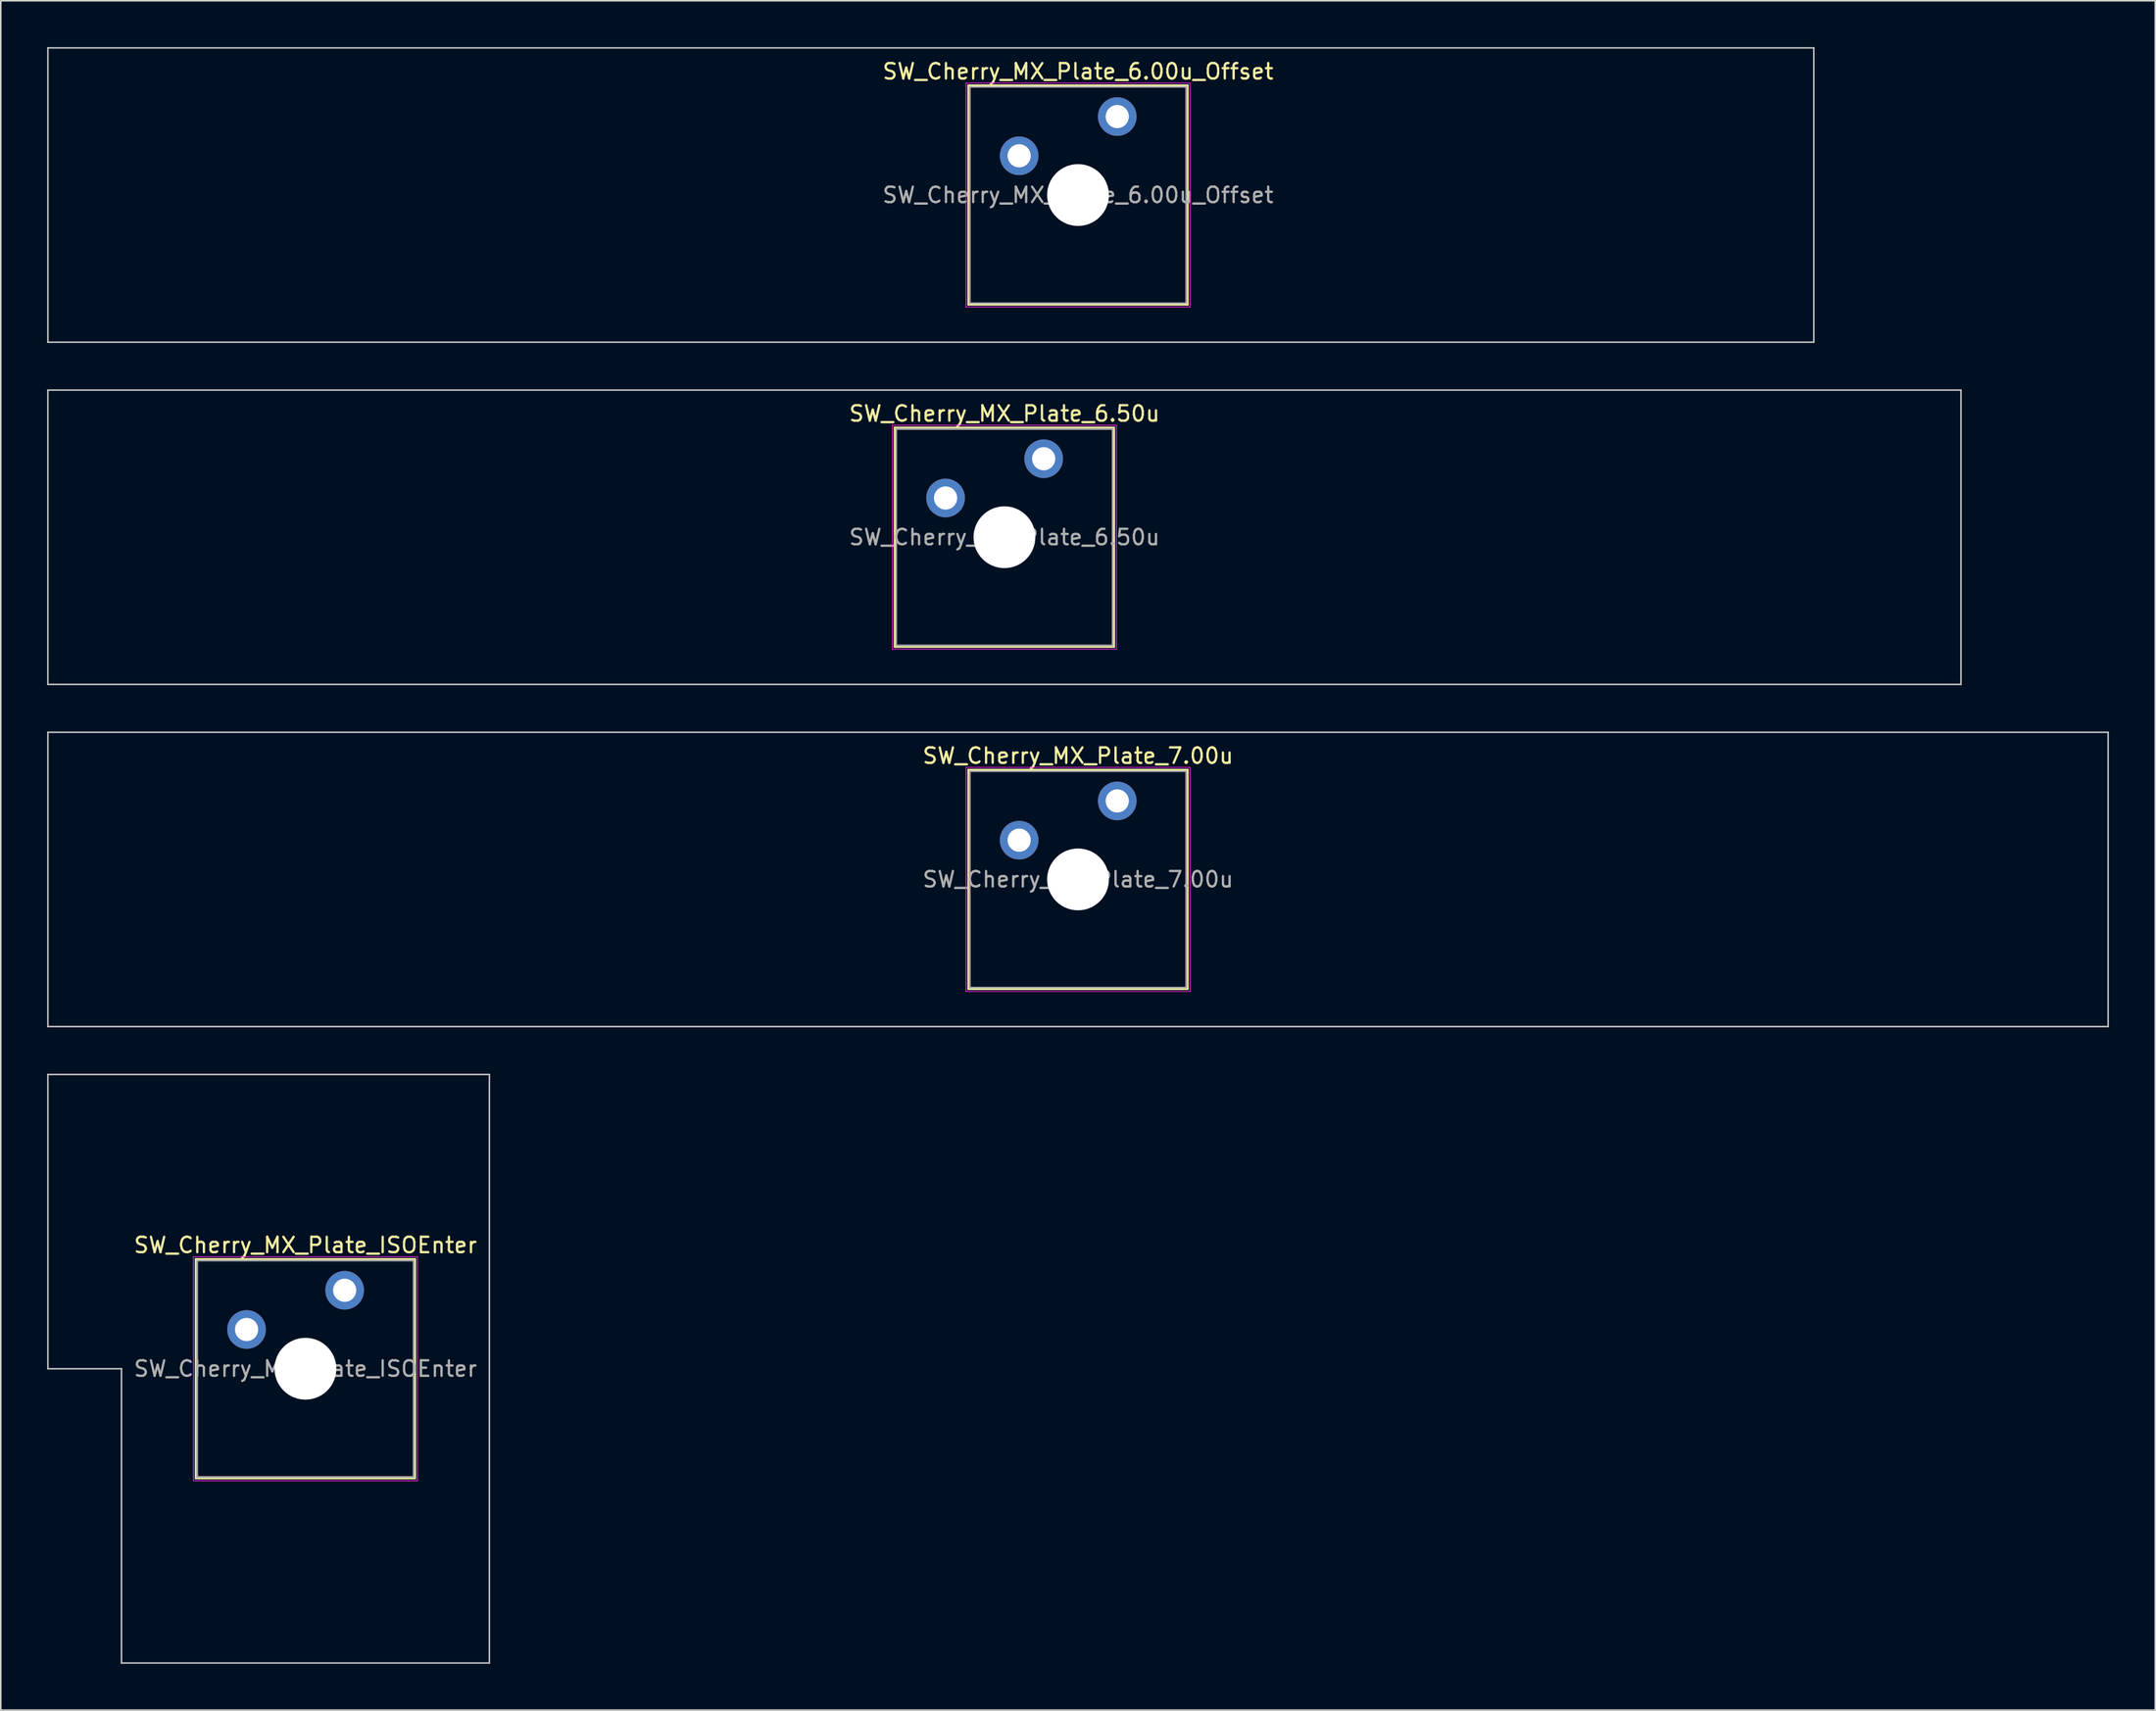
<source format=kicad_pcb>
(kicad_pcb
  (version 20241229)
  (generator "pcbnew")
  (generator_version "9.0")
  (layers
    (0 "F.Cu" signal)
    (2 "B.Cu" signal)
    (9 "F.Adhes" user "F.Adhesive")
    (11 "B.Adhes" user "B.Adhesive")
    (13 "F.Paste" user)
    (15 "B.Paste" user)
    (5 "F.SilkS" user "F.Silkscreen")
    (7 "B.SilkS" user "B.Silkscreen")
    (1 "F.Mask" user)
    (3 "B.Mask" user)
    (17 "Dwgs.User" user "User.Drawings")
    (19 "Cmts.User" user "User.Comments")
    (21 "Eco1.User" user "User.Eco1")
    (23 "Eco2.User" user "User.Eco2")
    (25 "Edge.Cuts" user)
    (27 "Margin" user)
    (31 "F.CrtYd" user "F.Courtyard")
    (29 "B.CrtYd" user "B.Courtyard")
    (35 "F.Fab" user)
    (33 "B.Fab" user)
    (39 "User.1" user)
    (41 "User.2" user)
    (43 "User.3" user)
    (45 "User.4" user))
  (footprint "SW_Cherry_MX_Plate_6.50u"
    (layer "F.Cu")
    (at 61.962 31.725)
    (property "Reference" "SW_Cherry_MX_Plate_6.50u" (at 0 -8 0) (layer "F.SilkS") (effects (font (size 1 1) (thickness 0.15))))
    (attr through_hole)
    (fp_line (start -7.1 -7.1) (end -7.1 7.1) (stroke (width 0.12) (type solid)) (layer "F.SilkS"))
    (fp_line (start -7.1 7.1) (end 7.1 7.1) (stroke (width 0.12) (type solid)) (layer "F.SilkS"))
    (fp_line (start 7.1 -7.1) (end -7.1 -7.1) (stroke (width 0.12) (type solid)) (layer "F.SilkS"))
    (fp_line (start 7.1 7.1) (end 7.1 -7.1) (stroke (width 0.12) (type solid)) (layer "F.SilkS"))
    (fp_line (start -61.913 -9.525) (end -61.913 9.525) (stroke (width 0.1) (type solid)) (layer "Dwgs.User"))
    (fp_line (start -61.913 9.525) (end 61.913 9.525) (stroke (width 0.1) (type solid)) (layer "Dwgs.User"))
    (fp_line (start 61.913 -9.525) (end -61.913 -9.525) (stroke (width 0.1) (type solid)) (layer "Dwgs.User"))
    (fp_line (start 61.913 9.525) (end 61.913 -9.525) (stroke (width 0.1) (type solid)) (layer "Dwgs.User"))
    (fp_line (start -7 -7) (end -7 7) (stroke (width 0.1) (type solid)) (layer "Eco1.User"))
    (fp_line (start -7 7) (end 7 7) (stroke (width 0.1) (type solid)) (layer "Eco1.User"))
    (fp_line (start 7 -7) (end -7 -7) (stroke (width 0.1) (type solid)) (layer "Eco1.User"))
    (fp_line (start 7 7) (end 7 -7) (stroke (width 0.1) (type solid)) (layer "Eco1.User"))
    (fp_line (start -7.25 -7.25) (end -7.25 7.25) (stroke (width 0.05) (type solid)) (layer "F.CrtYd"))
    (fp_line (start -7.25 7.25) (end 7.25 7.25) (stroke (width 0.05) (type solid)) (layer "F.CrtYd"))
    (fp_line (start 7.25 -7.25) (end -7.25 -7.25) (stroke (width 0.05) (type solid)) (layer "F.CrtYd"))
    (fp_line (start 7.25 7.25) (end 7.25 -7.25) (stroke (width 0.05) (type solid)) (layer "F.CrtYd"))
    (fp_line (start -7 -7) (end -7 7) (stroke (width 0.1) (type solid)) (layer "F.Fab"))
    (fp_line (start -7 7) (end 7 7) (stroke (width 0.1) (type solid)) (layer "F.Fab"))
    (fp_line (start 7 -7) (end -7 -7) (stroke (width 0.1) (type solid)) (layer "F.Fab"))
    (fp_line (start 7 7) (end 7 -7) (stroke (width 0.1) (type solid)) (layer "F.Fab"))
    (fp_text user "${REFERENCE}" (at 0 0 0) (layer "F.Fab") (effects (font (size 1 1) (thickness 0.15))))
    (pad "" smd circle (at -3.81 -2.54) (size 1.55 1.55) (layers "F.Mask"))
    (pad "" np_thru_hole circle (at 0 0) (size 4 4) (drill 4) (layers "*.Cu" "*.Mask"))
    (pad "" smd circle (at 2.54 -5.08) (size 1.55 1.55) (layers "F.Mask"))
    (pad "1" thru_hole circle (at -3.81 -2.54) (size 2.5 2.5) (drill 1.5) (layers "*.Cu" "B.Mask"))
    (pad "2" thru_hole circle (at 2.54 -5.08) (size 2.5 2.5) (drill 1.5) (layers "*.Cu" "B.Mask")))
  (footprint "SW_Cherry_MX_Plate_6.00u_Offset"
    (layer "F.Cu")
    (at 66.725 9.575)
    (property "Reference" "SW_Cherry_MX_Plate_6.00u_Offset" (at 0 -8 0) (layer "F.SilkS") (effects (font (size 1 1) (thickness 0.15))))
    (attr through_hole)
    (fp_line (start -7.1 -7.1) (end -7.1 7.1) (stroke (width 0.12) (type solid)) (layer "F.SilkS"))
    (fp_line (start -7.1 7.1) (end 7.1 7.1) (stroke (width 0.12) (type solid)) (layer "F.SilkS"))
    (fp_line (start 7.1 -7.1) (end -7.1 -7.1) (stroke (width 0.12) (type solid)) (layer "F.SilkS"))
    (fp_line (start 7.1 7.1) (end 7.1 -7.1) (stroke (width 0.12) (type solid)) (layer "F.SilkS"))
    (fp_line (start -66.675 -9.525) (end -66.675 9.525) (stroke (width 0.1) (type solid)) (layer "Dwgs.User"))
    (fp_line (start -66.675 9.525) (end 47.625 9.525) (stroke (width 0.1) (type solid)) (layer "Dwgs.User"))
    (fp_line (start 47.625 -9.525) (end -66.675 -9.525) (stroke (width 0.1) (type solid)) (layer "Dwgs.User"))
    (fp_line (start 47.625 9.525) (end 47.625 -9.525) (stroke (width 0.1) (type solid)) (layer "Dwgs.User"))
    (fp_line (start -7 -7) (end -7 7) (stroke (width 0.1) (type solid)) (layer "Eco1.User"))
    (fp_line (start -7 7) (end 7 7) (stroke (width 0.1) (type solid)) (layer "Eco1.User"))
    (fp_line (start 7 -7) (end -7 -7) (stroke (width 0.1) (type solid)) (layer "Eco1.User"))
    (fp_line (start 7 7) (end 7 -7) (stroke (width 0.1) (type solid)) (layer "Eco1.User"))
    (fp_line (start -7.25 -7.25) (end -7.25 7.25) (stroke (width 0.05) (type solid)) (layer "F.CrtYd"))
    (fp_line (start -7.25 7.25) (end 7.25 7.25) (stroke (width 0.05) (type solid)) (layer "F.CrtYd"))
    (fp_line (start 7.25 -7.25) (end -7.25 -7.25) (stroke (width 0.05) (type solid)) (layer "F.CrtYd"))
    (fp_line (start 7.25 7.25) (end 7.25 -7.25) (stroke (width 0.05) (type solid)) (layer "F.CrtYd"))
    (fp_line (start -7 -7) (end -7 7) (stroke (width 0.1) (type solid)) (layer "F.Fab"))
    (fp_line (start -7 7) (end 7 7) (stroke (width 0.1) (type solid)) (layer "F.Fab"))
    (fp_line (start 7 -7) (end -7 -7) (stroke (width 0.1) (type solid)) (layer "F.Fab"))
    (fp_line (start 7 7) (end 7 -7) (stroke (width 0.1) (type solid)) (layer "F.Fab"))
    (fp_text user "${REFERENCE}" (at 0 0 0) (layer "F.Fab") (effects (font (size 1 1) (thickness 0.15))))
    (pad "" smd circle (at -3.81 -2.54) (size 1.55 1.55) (layers "F.Mask"))
    (pad "" np_thru_hole circle (at 0 0) (size 4 4) (drill 4) (layers "*.Cu" "*.Mask"))
    (pad "" smd circle (at 2.54 -5.08) (size 1.55 1.55) (layers "F.Mask"))
    (pad "1" thru_hole circle (at -3.81 -2.54) (size 2.5 2.5) (drill 1.5) (layers "*.Cu" "B.Mask"))
    (pad "2" thru_hole circle (at 2.54 -5.08) (size 2.5 2.5) (drill 1.5) (layers "*.Cu" "B.Mask")))
  (footprint "SW_Cherry_MX_Plate_7.00u"
    (layer "F.Cu")
    (at 66.725 53.875)
    (property "Reference" "SW_Cherry_MX_Plate_7.00u" (at 0 -8 0) (layer "F.SilkS") (effects (font (size 1 1) (thickness 0.15))))
    (attr through_hole)
    (fp_line (start -7.1 -7.1) (end -7.1 7.1) (stroke (width 0.12) (type solid)) (layer "F.SilkS"))
    (fp_line (start -7.1 7.1) (end 7.1 7.1) (stroke (width 0.12) (type solid)) (layer "F.SilkS"))
    (fp_line (start 7.1 -7.1) (end -7.1 -7.1) (stroke (width 0.12) (type solid)) (layer "F.SilkS"))
    (fp_line (start 7.1 7.1) (end 7.1 -7.1) (stroke (width 0.12) (type solid)) (layer "F.SilkS"))
    (fp_line (start -66.675 -9.525) (end -66.675 9.525) (stroke (width 0.1) (type solid)) (layer "Dwgs.User"))
    (fp_line (start -66.675 9.525) (end 66.675 9.525) (stroke (width 0.1) (type solid)) (layer "Dwgs.User"))
    (fp_line (start 66.675 -9.525) (end -66.675 -9.525) (stroke (width 0.1) (type solid)) (layer "Dwgs.User"))
    (fp_line (start 66.675 9.525) (end 66.675 -9.525) (stroke (width 0.1) (type solid)) (layer "Dwgs.User"))
    (fp_line (start -7 -7) (end -7 7) (stroke (width 0.1) (type solid)) (layer "Eco1.User"))
    (fp_line (start -7 7) (end 7 7) (stroke (width 0.1) (type solid)) (layer "Eco1.User"))
    (fp_line (start 7 -7) (end -7 -7) (stroke (width 0.1) (type solid)) (layer "Eco1.User"))
    (fp_line (start 7 7) (end 7 -7) (stroke (width 0.1) (type solid)) (layer "Eco1.User"))
    (fp_line (start -7.25 -7.25) (end -7.25 7.25) (stroke (width 0.05) (type solid)) (layer "F.CrtYd"))
    (fp_line (start -7.25 7.25) (end 7.25 7.25) (stroke (width 0.05) (type solid)) (layer "F.CrtYd"))
    (fp_line (start 7.25 -7.25) (end -7.25 -7.25) (stroke (width 0.05) (type solid)) (layer "F.CrtYd"))
    (fp_line (start 7.25 7.25) (end 7.25 -7.25) (stroke (width 0.05) (type solid)) (layer "F.CrtYd"))
    (fp_line (start -7 -7) (end -7 7) (stroke (width 0.1) (type solid)) (layer "F.Fab"))
    (fp_line (start -7 7) (end 7 7) (stroke (width 0.1) (type solid)) (layer "F.Fab"))
    (fp_line (start 7 -7) (end -7 -7) (stroke (width 0.1) (type solid)) (layer "F.Fab"))
    (fp_line (start 7 7) (end 7 -7) (stroke (width 0.1) (type solid)) (layer "F.Fab"))
    (fp_text user "${REFERENCE}" (at 0 0 0) (layer "F.Fab") (effects (font (size 1 1) (thickness 0.15))))
    (pad "" smd circle (at -3.81 -2.54) (size 1.55 1.55) (layers "F.Mask"))
    (pad "" np_thru_hole circle (at 0 0) (size 4 4) (drill 4) (layers "*.Cu" "*.Mask"))
    (pad "" smd circle (at 2.54 -5.08) (size 1.55 1.55) (layers "F.Mask"))
    (pad "1" thru_hole circle (at -3.81 -2.54) (size 2.5 2.5) (drill 1.5) (layers "*.Cu" "B.Mask"))
    (pad "2" thru_hole circle (at 2.54 -5.08) (size 2.5 2.5) (drill 1.5) (layers "*.Cu" "B.Mask")))
  (footprint "SW_Cherry_MX_Plate_ISOEnter"
    (layer "F.Cu")
    (at 16.719 85.55)
    (property "Reference" "SW_Cherry_MX_Plate_ISOEnter" (at 0 -8 0) (layer "F.SilkS") (effects (font (size 1 1) (thickness 0.15))))
    (attr through_hole)
    (fp_line (start -7.1 -7.1) (end -7.1 7.1) (stroke (width 0.12) (type solid)) (layer "F.SilkS"))
    (fp_line (start -7.1 7.1) (end 7.1 7.1) (stroke (width 0.12) (type solid)) (layer "F.SilkS"))
    (fp_line (start 7.1 -7.1) (end -7.1 -7.1) (stroke (width 0.12) (type solid)) (layer "F.SilkS"))
    (fp_line (start 7.1 7.1) (end 7.1 -7.1) (stroke (width 0.12) (type solid)) (layer "F.SilkS"))
    (fp_line (start -16.669 -19.05) (end -16.669 0) (stroke (width 0.1) (type solid)) (layer "Dwgs.User"))
    (fp_line (start -16.669 0) (end -11.906 0) (stroke (width 0.1) (type solid)) (layer "Dwgs.User"))
    (fp_line (start -11.906 0) (end -11.906 19.05) (stroke (width 0.1) (type solid)) (layer "Dwgs.User"))
    (fp_line (start -11.906 19.05) (end 11.906 19.05) (stroke (width 0.1) (type solid)) (layer "Dwgs.User"))
    (fp_line (start 11.906 -19.05) (end -16.669 -19.05) (stroke (width 0.1) (type solid)) (layer "Dwgs.User"))
    (fp_line (start 11.906 19.05) (end 11.906 -19.05) (stroke (width 0.1) (type solid)) (layer "Dwgs.User"))
    (fp_line (start -7 -7) (end -7 7) (stroke (width 0.1) (type solid)) (layer "Eco1.User"))
    (fp_line (start -7 7) (end 7 7) (stroke (width 0.1) (type solid)) (layer "Eco1.User"))
    (fp_line (start 7 -7) (end -7 -7) (stroke (width 0.1) (type solid)) (layer "Eco1.User"))
    (fp_line (start 7 7) (end 7 -7) (stroke (width 0.1) (type solid)) (layer "Eco1.User"))
    (fp_line (start -7.25 -7.25) (end -7.25 7.25) (stroke (width 0.05) (type solid)) (layer "F.CrtYd"))
    (fp_line (start -7.25 7.25) (end 7.25 7.25) (stroke (width 0.05) (type solid)) (layer "F.CrtYd"))
    (fp_line (start 7.25 -7.25) (end -7.25 -7.25) (stroke (width 0.05) (type solid)) (layer "F.CrtYd"))
    (fp_line (start 7.25 7.25) (end 7.25 -7.25) (stroke (width 0.05) (type solid)) (layer "F.CrtYd"))
    (fp_line (start -7 -7) (end -7 7) (stroke (width 0.1) (type solid)) (layer "F.Fab"))
    (fp_line (start -7 7) (end 7 7) (stroke (width 0.1) (type solid)) (layer "F.Fab"))
    (fp_line (start 7 -7) (end -7 -7) (stroke (width 0.1) (type solid)) (layer "F.Fab"))
    (fp_line (start 7 7) (end 7 -7) (stroke (width 0.1) (type solid)) (layer "F.Fab"))
    (fp_text user "${REFERENCE}" (at 0 0 0) (layer "F.Fab") (effects (font (size 1 1) (thickness 0.15))))
    (pad "" smd circle (at -3.81 -2.54) (size 1.55 1.55) (layers "F.Mask"))
    (pad "" np_thru_hole circle (at 0 0) (size 4 4) (drill 4) (layers "*.Cu" "*.Mask"))
    (pad "" smd circle (at 2.54 -5.08) (size 1.55 1.55) (layers "F.Mask"))
    (pad "1" thru_hole circle (at -3.81 -2.54) (size 2.5 2.5) (drill 1.5) (layers "*.Cu" "B.Mask"))
    (pad "2" thru_hole circle (at 2.54 -5.08) (size 2.5 2.5) (drill 1.5) (layers "*.Cu" "B.Mask")))
  (gr_rect
    (start -3 -3)
    (end 136.45 107.65)
    (stroke (width 0.1) (type default))
    (fill no)
    (layer "Edge.Cuts")))
</source>
